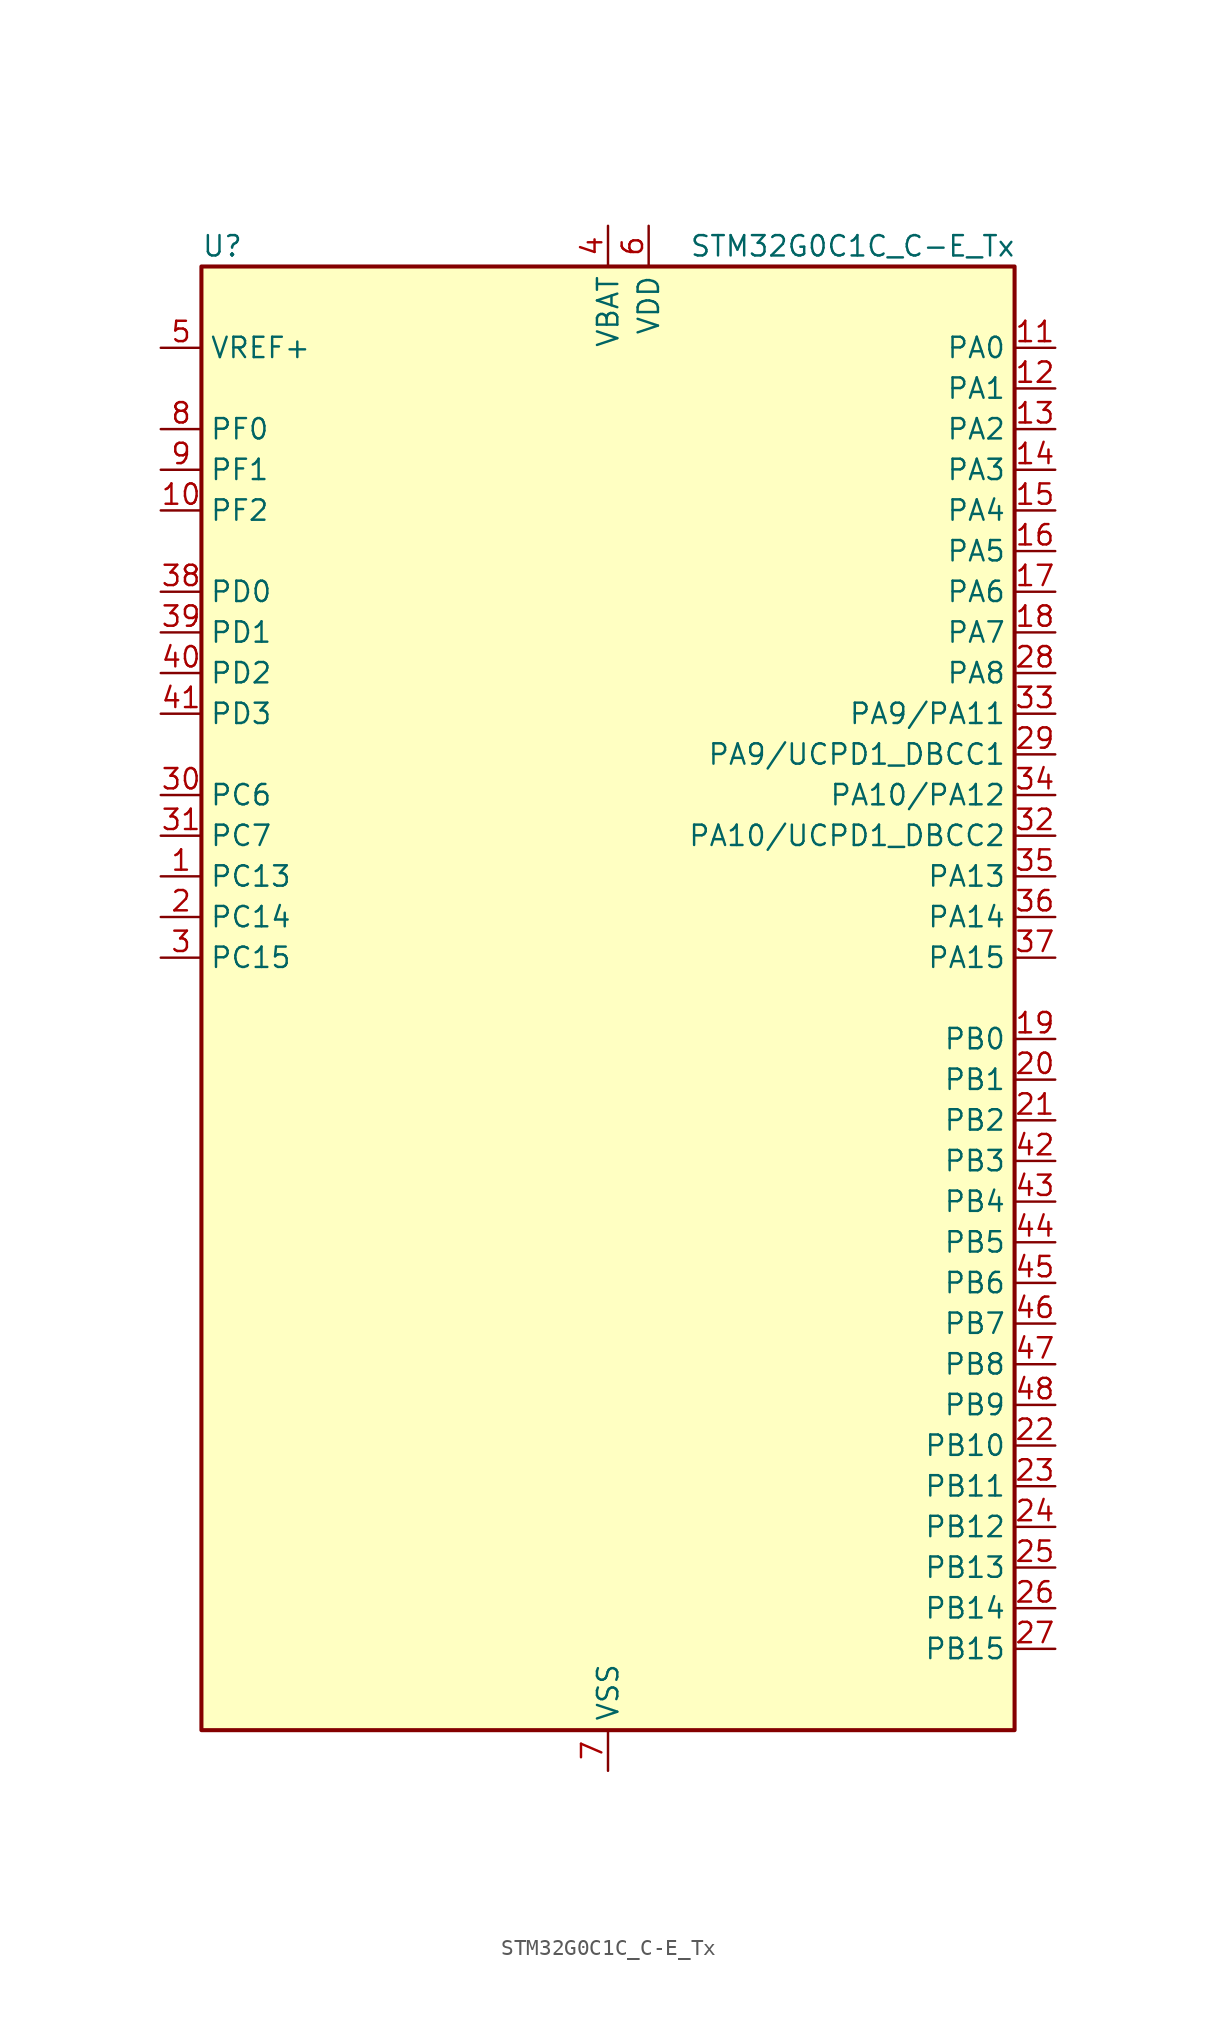
<source format=kicad_sym>
(kicad_symbol_lib
  (version 20241209)
  (generator "kicad_symbol_editor")
  (generator_version "9.0")
  (symbol "STM32G0C1C_C-E_Tx"
    (property "Reference" "U"
      (at -25.4 46.99 0)
      (effects (font (size 1.27 1.27)) (justify left)))
    (property "Value" "STM32G0C1C_C-E_Tx"
      (at 5.08 46.99 0)
      (effects (font (size 1.27 1.27)) (justify left)))
    (symbol "STM32G0C1C_C-E_Tx_0_1"
      (rectangle (start -25.4 -45.72) (end 25.4 45.72) (stroke (width 0.254) (type default)) (fill (type background))))
    (symbol "STM32G0C1C_C-E_Tx_1_1"
      (pin input line (at -27.94 40.64 0) (length 2.54) (name "VREF+" (effects (font (size 1.27 1.27)))) (number "5" (effects (font (size 1.27 1.27)))) (alternate "VREFBUF_OUT" bidirectional line))
      (pin bidirectional line (at -27.94 35.56 0) (length 2.54) (name "PF0" (effects (font (size 1.27 1.27)))) (number "8" (effects (font (size 1.27 1.27)))) (alternate "CRS1_SYNC" bidirectional line) (alternate "RCC_OSC_IN" bidirectional line) (alternate "TIM14_CH1" bidirectional line))
      (pin bidirectional line (at -27.94 33.02 0) (length 2.54) (name "PF1" (effects (font (size 1.27 1.27)))) (number "9" (effects (font (size 1.27 1.27)))) (alternate "RCC_OSC_EN" bidirectional line) (alternate "RCC_OSC_OUT" bidirectional line) (alternate "TIM15_CH1N" bidirectional line))
      (pin bidirectional line (at -27.94 30.48 0) (length 2.54) (name "PF2" (effects (font (size 1.27 1.27)))) (number "10" (effects (font (size 1.27 1.27)))) (alternate "LPUART2_DE" bidirectional line) (alternate "LPUART2_RTS" bidirectional line) (alternate "LPUART2_TX" bidirectional line) (alternate "RCC_MCO" bidirectional line))
      (pin bidirectional line (at -27.94 25.4 0) (length 2.54) (name "PD0" (effects (font (size 1.27 1.27)))) (number "38" (effects (font (size 1.27 1.27)))) (alternate "FDCAN1_RX" bidirectional line) (alternate "I2S2_WS" bidirectional line) (alternate "SPI2_NSS" bidirectional line) (alternate "TIM16_CH1" bidirectional line) (alternate "UCPD2_CC1" bidirectional line))
      (pin bidirectional line (at -27.94 22.86 0) (length 2.54) (name "PD1" (effects (font (size 1.27 1.27)))) (number "39" (effects (font (size 1.27 1.27)))) (alternate "FDCAN1_TX" bidirectional line) (alternate "I2S2_CK" bidirectional line) (alternate "SPI2_SCK" bidirectional line) (alternate "TIM17_CH1" bidirectional line) (alternate "UCPD2_DBCC1" bidirectional line))
      (pin bidirectional line (at -27.94 20.32 0) (length 2.54) (name "PD2" (effects (font (size 1.27 1.27)))) (number "40" (effects (font (size 1.27 1.27)))) (alternate "TIM1_CH1N" bidirectional line) (alternate "TIM3_ETR" bidirectional line) (alternate "UCPD2_CC2" bidirectional line) (alternate "USART3_CK" bidirectional line) (alternate "USART3_DE" bidirectional line) (alternate "USART3_RTS" bidirectional line) (alternate "USART5_RX" bidirectional line))
      (pin bidirectional line (at -27.94 17.78 0) (length 2.54) (name "PD3" (effects (font (size 1.27 1.27)))) (number "41" (effects (font (size 1.27 1.27)))) (alternate "I2S2_MCK" bidirectional line) (alternate "SPI2_MISO" bidirectional line) (alternate "TIM1_CH2N" bidirectional line) (alternate "UCPD2_DBCC2" bidirectional line) (alternate "USART2_CTS" bidirectional line) (alternate "USART2_NSS" bidirectional line) (alternate "USART5_TX" bidirectional line))
      (pin bidirectional line (at -27.94 12.7 0) (length 2.54) (name "PC6" (effects (font (size 1.27 1.27)))) (number "30" (effects (font (size 1.27 1.27)))) (alternate "LPUART2_TX" bidirectional line) (alternate "TIM2_CH3" bidirectional line) (alternate "TIM3_CH1" bidirectional line) (alternate "UCPD1_FRSTX1" bidirectional line) (alternate "UCPD1_FRSTX2" bidirectional line))
      (pin bidirectional line (at -27.94 10.16 0) (length 2.54) (name "PC7" (effects (font (size 1.27 1.27)))) (number "31" (effects (font (size 1.27 1.27)))) (alternate "LPUART2_RX" bidirectional line) (alternate "TIM2_CH4" bidirectional line) (alternate "TIM3_CH2" bidirectional line) (alternate "UCPD2_FRSTX1" bidirectional line) (alternate "UCPD2_FRSTX2" bidirectional line))
      (pin bidirectional line (at -27.94 7.62 0) (length 2.54) (name "PC13" (effects (font (size 1.27 1.27)))) (number "1" (effects (font (size 1.27 1.27)))) (alternate "RTC_OUT1" bidirectional line) (alternate "RTC_TAMP_IN1" bidirectional line) (alternate "RTC_TS" bidirectional line) (alternate "SYS_WKUP2" bidirectional line) (alternate "TIM1_BK" bidirectional line))
      (pin bidirectional line (at -27.94 5.08 0) (length 2.54) (name "PC14" (effects (font (size 1.27 1.27)))) (number "2" (effects (font (size 1.27 1.27)))) (alternate "RCC_OSC32_IN" bidirectional line) (alternate "TIM1_BK2" bidirectional line))
      (pin bidirectional line (at -27.94 2.54 0) (length 2.54) (name "PC15" (effects (font (size 1.27 1.27)))) (number "3" (effects (font (size 1.27 1.27)))) (alternate "RCC_OSC32_EN" bidirectional line) (alternate "RCC_OSC32_OUT" bidirectional line) (alternate "RCC_OSC_EN" bidirectional line) (alternate "TIM15_BK" bidirectional line))
      (pin power_in line (at 0 48.26 270) (length 2.54) (name "VBAT" (effects (font (size 1.27 1.27)))) (number "4" (effects (font (size 1.27 1.27)))))
      (pin power_in line (at 0 -48.26 90) (length 2.54) (name "VSS" (effects (font (size 1.27 1.27)))) (number "7" (effects (font (size 1.27 1.27)))))
      (pin power_in line (at 2.54 48.26 270) (length 2.54) (name "VDD" (effects (font (size 1.27 1.27)))) (number "6" (effects (font (size 1.27 1.27)))))
      (pin bidirectional line (at 27.94 40.64 180) (length 2.54) (name "PA0" (effects (font (size 1.27 1.27)))) (number "11" (effects (font (size 1.27 1.27)))) (alternate "ADC1_IN0" bidirectional line) (alternate "COMP1_INM" bidirectional line) (alternate "COMP1_OUT" bidirectional line) (alternate "I2S2_CK" bidirectional line) (alternate "LPTIM1_OUT" bidirectional line) (alternate "RTC_TAMP_IN2" bidirectional line) (alternate "SPI2_SCK" bidirectional line) (alternate "SYS_WKUP1" bidirectional line) (alternate "TIM2_CH1" bidirectional line) (alternate "TIM2_ETR" bidirectional line) (alternate "UCPD2_FRSTX1" bidirectional line) (alternate "UCPD2_FRSTX2" bidirectional line) (alternate "USART2_CTS" bidirectional line) (alternate "USART2_NSS" bidirectional line) (alternate "USART4_TX" bidirectional line))
      (pin bidirectional line (at 27.94 38.1 180) (length 2.54) (name "PA1" (effects (font (size 1.27 1.27)))) (number "12" (effects (font (size 1.27 1.27)))) (alternate "ADC1_IN1" bidirectional line) (alternate "COMP1_INP" bidirectional line) (alternate "I2C1_SMBA" bidirectional line) (alternate "I2S1_CK" bidirectional line) (alternate "SPI1_SCK" bidirectional line) (alternate "TIM15_CH1N" bidirectional line) (alternate "TIM2_CH2" bidirectional line) (alternate "USART2_CK" bidirectional line) (alternate "USART2_DE" bidirectional line) (alternate "USART2_RTS" bidirectional line) (alternate "USART4_RX" bidirectional line))
      (pin bidirectional line (at 27.94 35.56 180) (length 2.54) (name "PA2" (effects (font (size 1.27 1.27)))) (number "13" (effects (font (size 1.27 1.27)))) (alternate "ADC1_IN2" bidirectional line) (alternate "COMP2_INM" bidirectional line) (alternate "COMP2_OUT" bidirectional line) (alternate "I2S1_SD" bidirectional line) (alternate "LPUART1_TX" bidirectional line) (alternate "RCC_LSCO" bidirectional line) (alternate "SPI1_MOSI" bidirectional line) (alternate "SYS_WKUP4" bidirectional line) (alternate "TIM15_CH1" bidirectional line) (alternate "TIM2_CH3" bidirectional line) (alternate "UCPD1_FRSTX1" bidirectional line) (alternate "UCPD1_FRSTX2" bidirectional line) (alternate "USART2_TX" bidirectional line))
      (pin bidirectional line (at 27.94 33.02 180) (length 2.54) (name "PA3" (effects (font (size 1.27 1.27)))) (number "14" (effects (font (size 1.27 1.27)))) (alternate "ADC1_IN3" bidirectional line) (alternate "COMP2_INP" bidirectional line) (alternate "I2S2_MCK" bidirectional line) (alternate "LPUART1_RX" bidirectional line) (alternate "SPI2_MISO" bidirectional line) (alternate "TIM15_CH2" bidirectional line) (alternate "TIM2_CH4" bidirectional line) (alternate "UCPD2_FRSTX1" bidirectional line) (alternate "UCPD2_FRSTX2" bidirectional line) (alternate "USART2_RX" bidirectional line))
      (pin bidirectional line (at 27.94 30.48 180) (length 2.54) (name "PA4" (effects (font (size 1.27 1.27)))) (number "15" (effects (font (size 1.27 1.27)))) (alternate "ADC1_IN4" bidirectional line) (alternate "DAC1_OUT1" bidirectional line) (alternate "I2S1_WS" bidirectional line) (alternate "I2S2_SD" bidirectional line) (alternate "LPTIM2_OUT" bidirectional line) (alternate "RTC_OUT2" bidirectional line) (alternate "SPI1_NSS" bidirectional line) (alternate "SPI2_MOSI" bidirectional line) (alternate "SPI3_NSS" bidirectional line) (alternate "TIM14_CH1" bidirectional line) (alternate "UCPD2_FRSTX1" bidirectional line) (alternate "UCPD2_FRSTX2" bidirectional line) (alternate "USART6_TX" bidirectional line) (alternate "USB_NOE" bidirectional line))
      (pin bidirectional line (at 27.94 27.94 180) (length 2.54) (name "PA5" (effects (font (size 1.27 1.27)))) (number "16" (effects (font (size 1.27 1.27)))) (alternate "ADC1_IN5" bidirectional line) (alternate "CEC" bidirectional line) (alternate "DAC1_OUT2" bidirectional line) (alternate "I2S1_CK" bidirectional line) (alternate "LPTIM2_ETR" bidirectional line) (alternate "SPI1_SCK" bidirectional line) (alternate "TIM2_CH1" bidirectional line) (alternate "TIM2_ETR" bidirectional line) (alternate "UCPD1_FRSTX1" bidirectional line) (alternate "UCPD1_FRSTX2" bidirectional line) (alternate "USART3_TX" bidirectional line) (alternate "USART6_RX" bidirectional line))
      (pin bidirectional line (at 27.94 25.4 180) (length 2.54) (name "PA6" (effects (font (size 1.27 1.27)))) (number "17" (effects (font (size 1.27 1.27)))) (alternate "ADC1_IN6" bidirectional line) (alternate "COMP1_OUT" bidirectional line) (alternate "I2C2_SDA" bidirectional line) (alternate "I2C3_SDA" bidirectional line) (alternate "I2S1_MCK" bidirectional line) (alternate "LPUART1_CTS" bidirectional line) (alternate "SPI1_MISO" bidirectional line) (alternate "TIM16_CH1" bidirectional line) (alternate "TIM1_BK" bidirectional line) (alternate "TIM3_CH1" bidirectional line) (alternate "USART3_CTS" bidirectional line) (alternate "USART3_NSS" bidirectional line) (alternate "USART6_CTS" bidirectional line) (alternate "USART6_NSS" bidirectional line))
      (pin bidirectional line (at 27.94 22.86 180) (length 2.54) (name "PA7" (effects (font (size 1.27 1.27)))) (number "18" (effects (font (size 1.27 1.27)))) (alternate "ADC1_IN7" bidirectional line) (alternate "COMP2_OUT" bidirectional line) (alternate "I2C2_SCL" bidirectional line) (alternate "I2C3_SCL" bidirectional line) (alternate "I2S1_SD" bidirectional line) (alternate "SPI1_MOSI" bidirectional line) (alternate "TIM14_CH1" bidirectional line) (alternate "TIM17_CH1" bidirectional line) (alternate "TIM1_CH1N" bidirectional line) (alternate "TIM3_CH2" bidirectional line) (alternate "UCPD1_FRSTX1" bidirectional line) (alternate "UCPD1_FRSTX2" bidirectional line) (alternate "USART6_CK" bidirectional line) (alternate "USART6_DE" bidirectional line) (alternate "USART6_RTS" bidirectional line))
      (pin bidirectional line (at 27.94 20.32 180) (length 2.54) (name "PA8" (effects (font (size 1.27 1.27)))) (number "28" (effects (font (size 1.27 1.27)))) (alternate "CRS1_SYNC" bidirectional line) (alternate "I2C2_SMBA" bidirectional line) (alternate "I2S2_WS" bidirectional line) (alternate "LPTIM2_OUT" bidirectional line) (alternate "RCC_MCO" bidirectional line) (alternate "SPI2_NSS" bidirectional line) (alternate "TIM1_CH1" bidirectional line) (alternate "UCPD1_CC1" bidirectional line))
      (pin bidirectional line (at 27.94 17.78 180) (length 2.54) (name "PA9/PA11" (effects (font (size 1.27 1.27)))) (number "33" (effects (font (size 1.27 1.27)))) (alternate "ADC1_EXTI11 (PA11)" bidirectional line) (alternate "COMP1_OUT (PA11)" bidirectional line) (alternate "DAC1_EXTI9 (PA9)" bidirectional line) (alternate "FDCAN1_RX (PA11)" bidirectional line) (alternate "I2C1_SCL (PA9)" bidirectional line) (alternate "I2C2_SCL (PA11)" bidirectional line) (alternate "I2C2_SCL (PA9)" bidirectional line) (alternate "I2S1_MCK (PA11)" bidirectional line) (alternate "I2S2_MCK (PA9)" bidirectional line) (alternate "PA11" bidirectional line) (alternate "PA9" bidirectional line) (alternate "RCC_MCO (PA9)" bidirectional line) (alternate "SPI1_MISO (PA11)" bidirectional line) (alternate "SPI2_MISO (PA9)" bidirectional line) (alternate "TIM15_BK (PA9)" bidirectional line) (alternate "TIM1_BK2 (PA11)" bidirectional line) (alternate "TIM1_CH2 (PA9)" bidirectional line) (alternate "TIM1_CH4 (PA11)" bidirectional line) (alternate "UCPD1_DBCC1 (PA9)" bidirectional line) (alternate "USART1_CTS (PA11)" bidirectional line) (alternate "USART1_NSS (PA11)" bidirectional line) (alternate "USART1_TX (PA9)" bidirectional line) (alternate "USB_DM (PA11)" bidirectional line))
      (pin bidirectional line (at 27.94 15.24 180) (length 2.54) (name "PA9/UCPD1_DBCC1" (effects (font (size 1.27 1.27)))) (number "29" (effects (font (size 1.27 1.27)))) (alternate "DAC1_EXTI9 (PA9)" bidirectional line) (alternate "I2C1_SCL (PA9)" bidirectional line) (alternate "I2C2_SCL (PA9)" bidirectional line) (alternate "I2S2_MCK (PA9)" bidirectional line) (alternate "PA9" bidirectional line) (alternate "RCC_MCO (PA9)" bidirectional line) (alternate "SPI2_MISO (PA9)" bidirectional line) (alternate "TIM15_BK (PA9)" bidirectional line) (alternate "TIM1_CH2 (PA9)" bidirectional line) (alternate "UCPD1_DBCC1" bidirectional line) (alternate "UCPD1_DBCC1 (PA9)" bidirectional line) (alternate "UCPD1_DBCC1 (UCPD1_DBCC1)" bidirectional line) (alternate "USART1_TX (PA9)" bidirectional line))
      (pin bidirectional line (at 27.94 12.7 180) (length 2.54) (name "PA10/PA12" (effects (font (size 1.27 1.27)))) (number "34" (effects (font (size 1.27 1.27)))) (alternate "COMP2_OUT (PA12)" bidirectional line) (alternate "FDCAN1_TX (PA12)" bidirectional line) (alternate "I2C1_SDA (PA10)" bidirectional line) (alternate "I2C2_SDA (PA10)" bidirectional line) (alternate "I2C2_SDA (PA12)" bidirectional line) (alternate "I2S1_SD (PA12)" bidirectional line) (alternate "I2S2_SD (PA10)" bidirectional line) (alternate "I2S_CKIN (PA12)" bidirectional line) (alternate "PA10" bidirectional line) (alternate "PA12" bidirectional line) (alternate "RCC_MCO_2 (PA10)" bidirectional line) (alternate "SPI1_MOSI (PA12)" bidirectional line) (alternate "SPI2_MOSI (PA10)" bidirectional line) (alternate "TIM17_BK (PA10)" bidirectional line) (alternate "TIM1_CH3 (PA10)" bidirectional line) (alternate "TIM1_ETR (PA12)" bidirectional line) (alternate "UCPD1_DBCC2 (PA10)" bidirectional line) (alternate "USART1_CK (PA12)" bidirectional line) (alternate "USART1_DE (PA12)" bidirectional line) (alternate "USART1_RTS (PA12)" bidirectional line) (alternate "USART1_RX (PA10)" bidirectional line) (alternate "USB_DP (PA12)" bidirectional line))
      (pin bidirectional line (at 27.94 10.16 180) (length 2.54) (name "PA10/UCPD1_DBCC2" (effects (font (size 1.27 1.27)))) (number "32" (effects (font (size 1.27 1.27)))) (alternate "I2C1_SDA (PA10)" bidirectional line) (alternate "I2C2_SDA (PA10)" bidirectional line) (alternate "I2S2_SD (PA10)" bidirectional line) (alternate "PA10" bidirectional line) (alternate "RCC_MCO_2 (PA10)" bidirectional line) (alternate "SPI2_MOSI (PA10)" bidirectional line) (alternate "TIM17_BK (PA10)" bidirectional line) (alternate "TIM1_CH3 (PA10)" bidirectional line) (alternate "UCPD1_DBCC2" bidirectional line) (alternate "UCPD1_DBCC2 (PA10)" bidirectional line) (alternate "UCPD1_DBCC2 (UCPD1_DBCC2)" bidirectional line) (alternate "USART1_RX (PA10)" bidirectional line))
      (pin bidirectional line (at 27.94 7.62 180) (length 2.54) (name "PA13" (effects (font (size 1.27 1.27)))) (number "35" (effects (font (size 1.27 1.27)))) (alternate "IR_OUT" bidirectional line) (alternate "LPUART2_RX" bidirectional line) (alternate "SYS_SWDIO" bidirectional line) (alternate "USB_NOE" bidirectional line))
      (pin bidirectional line (at 27.94 5.08 180) (length 2.54) (name "PA14" (effects (font (size 1.27 1.27)))) (number "36" (effects (font (size 1.27 1.27)))) (alternate "LPUART2_TX" bidirectional line) (alternate "SYS_SWCLK" bidirectional line) (alternate "USART2_TX" bidirectional line))
      (pin bidirectional line (at 27.94 2.54 180) (length 2.54) (name "PA15" (effects (font (size 1.27 1.27)))) (number "37" (effects (font (size 1.27 1.27)))) (alternate "I2C2_SMBA" bidirectional line) (alternate "I2S1_WS" bidirectional line) (alternate "RCC_MCO_2" bidirectional line) (alternate "SPI1_NSS" bidirectional line) (alternate "SPI3_NSS" bidirectional line) (alternate "TIM2_CH1" bidirectional line) (alternate "TIM2_ETR" bidirectional line) (alternate "USART2_RX" bidirectional line) (alternate "USART3_CK" bidirectional line) (alternate "USART3_DE" bidirectional line) (alternate "USART3_RTS" bidirectional line) (alternate "USART4_CK" bidirectional line) (alternate "USART4_DE" bidirectional line) (alternate "USART4_RTS" bidirectional line) (alternate "USB_NOE" bidirectional line))
      (pin bidirectional line (at 27.94 -2.54 180) (length 2.54) (name "PB0" (effects (font (size 1.27 1.27)))) (number "19" (effects (font (size 1.27 1.27)))) (alternate "ADC1_IN8" bidirectional line) (alternate "COMP1_OUT" bidirectional line) (alternate "COMP3_INP" bidirectional line) (alternate "FDCAN2_RX" bidirectional line) (alternate "I2S1_WS" bidirectional line) (alternate "LPTIM1_OUT" bidirectional line) (alternate "LPUART2_CTS" bidirectional line) (alternate "SPI1_NSS" bidirectional line) (alternate "TIM1_CH2N" bidirectional line) (alternate "TIM3_CH3" bidirectional line) (alternate "UCPD1_FRSTX1" bidirectional line) (alternate "UCPD1_FRSTX2" bidirectional line) (alternate "USART3_RX" bidirectional line) (alternate "USART5_TX" bidirectional line))
      (pin bidirectional line (at 27.94 -5.08 180) (length 2.54) (name "PB1" (effects (font (size 1.27 1.27)))) (number "20" (effects (font (size 1.27 1.27)))) (alternate "ADC1_IN9" bidirectional line) (alternate "COMP1_INM" bidirectional line) (alternate "COMP3_OUT" bidirectional line) (alternate "FDCAN2_TX" bidirectional line) (alternate "LPTIM2_IN1" bidirectional line) (alternate "LPUART1_DE" bidirectional line) (alternate "LPUART1_RTS" bidirectional line) (alternate "LPUART2_DE" bidirectional line) (alternate "LPUART2_RTS" bidirectional line) (alternate "TIM14_CH1" bidirectional line) (alternate "TIM1_CH3N" bidirectional line) (alternate "TIM3_CH4" bidirectional line) (alternate "USART3_CK" bidirectional line) (alternate "USART3_DE" bidirectional line) (alternate "USART3_RTS" bidirectional line) (alternate "USART5_RX" bidirectional line))
      (pin bidirectional line (at 27.94 -7.62 180) (length 2.54) (name "PB2" (effects (font (size 1.27 1.27)))) (number "21" (effects (font (size 1.27 1.27)))) (alternate "ADC1_IN10" bidirectional line) (alternate "COMP1_INP" bidirectional line) (alternate "COMP3_INM" bidirectional line) (alternate "I2S2_MCK" bidirectional line) (alternate "LPTIM1_OUT" bidirectional line) (alternate "RCC_MCO_2" bidirectional line) (alternate "SPI2_MISO" bidirectional line) (alternate "USART3_TX" bidirectional line))
      (pin bidirectional line (at 27.94 -10.16 180) (length 2.54) (name "PB3" (effects (font (size 1.27 1.27)))) (number "42" (effects (font (size 1.27 1.27)))) (alternate "COMP2_INM" bidirectional line) (alternate "I2C2_SCL" bidirectional line) (alternate "I2C3_SCL" bidirectional line) (alternate "I2S1_CK" bidirectional line) (alternate "SPI1_SCK" bidirectional line) (alternate "SPI3_SCK" bidirectional line) (alternate "TIM1_CH2" bidirectional line) (alternate "TIM2_CH2" bidirectional line) (alternate "USART1_CK" bidirectional line) (alternate "USART1_DE" bidirectional line) (alternate "USART1_RTS" bidirectional line) (alternate "USART5_TX" bidirectional line))
      (pin bidirectional line (at 27.94 -12.7 180) (length 2.54) (name "PB4" (effects (font (size 1.27 1.27)))) (number "43" (effects (font (size 1.27 1.27)))) (alternate "COMP2_INP" bidirectional line) (alternate "I2C2_SDA" bidirectional line) (alternate "I2C3_SDA" bidirectional line) (alternate "I2S1_MCK" bidirectional line) (alternate "SPI1_MISO" bidirectional line) (alternate "SPI3_MISO" bidirectional line) (alternate "TIM17_BK" bidirectional line) (alternate "TIM3_CH1" bidirectional line) (alternate "USART1_CTS" bidirectional line) (alternate "USART1_NSS" bidirectional line) (alternate "USART5_RX" bidirectional line))
      (pin bidirectional line (at 27.94 -15.24 180) (length 2.54) (name "PB5" (effects (font (size 1.27 1.27)))) (number "44" (effects (font (size 1.27 1.27)))) (alternate "COMP2_OUT" bidirectional line) (alternate "FDCAN2_RX" bidirectional line) (alternate "I2C1_SMBA" bidirectional line) (alternate "I2S1_SD" bidirectional line) (alternate "LPTIM1_IN1" bidirectional line) (alternate "SPI1_MOSI" bidirectional line) (alternate "SPI3_MOSI" bidirectional line) (alternate "SYS_WKUP6" bidirectional line) (alternate "TIM16_BK" bidirectional line) (alternate "TIM3_CH2" bidirectional line) (alternate "USART5_CK" bidirectional line) (alternate "USART5_DE" bidirectional line) (alternate "USART5_RTS" bidirectional line))
      (pin bidirectional line (at 27.94 -17.78 180) (length 2.54) (name "PB6" (effects (font (size 1.27 1.27)))) (number "45" (effects (font (size 1.27 1.27)))) (alternate "COMP2_INP" bidirectional line) (alternate "FDCAN2_TX" bidirectional line) (alternate "I2C1_SCL" bidirectional line) (alternate "I2S2_MCK" bidirectional line) (alternate "LPTIM1_ETR" bidirectional line) (alternate "LPUART2_TX" bidirectional line) (alternate "SPI2_MISO" bidirectional line) (alternate "TIM16_CH1N" bidirectional line) (alternate "TIM1_CH3" bidirectional line) (alternate "TIM4_CH1" bidirectional line) (alternate "USART1_TX" bidirectional line) (alternate "USART5_CTS" bidirectional line) (alternate "USART5_NSS" bidirectional line))
      (pin bidirectional line (at 27.94 -20.32 180) (length 2.54) (name "PB7" (effects (font (size 1.27 1.27)))) (number "46" (effects (font (size 1.27 1.27)))) (alternate "COMP2_INM" bidirectional line) (alternate "I2C1_SDA" bidirectional line) (alternate "I2S2_SD" bidirectional line) (alternate "LPTIM1_IN2" bidirectional line) (alternate "LPUART2_RX" bidirectional line) (alternate "SPI2_MOSI" bidirectional line) (alternate "SYS_PVD_IN" bidirectional line) (alternate "TIM17_CH1N" bidirectional line) (alternate "TIM4_CH2" bidirectional line) (alternate "USART1_RX" bidirectional line) (alternate "USART4_CTS" bidirectional line) (alternate "USART4_NSS" bidirectional line))
      (pin bidirectional line (at 27.94 -22.86 180) (length 2.54) (name "PB8" (effects (font (size 1.27 1.27)))) (number "47" (effects (font (size 1.27 1.27)))) (alternate "CEC" bidirectional line) (alternate "FDCAN1_RX" bidirectional line) (alternate "I2C1_SCL" bidirectional line) (alternate "I2S2_CK" bidirectional line) (alternate "SPI2_SCK" bidirectional line) (alternate "TIM15_BK" bidirectional line) (alternate "TIM16_CH1" bidirectional line) (alternate "TIM4_CH3" bidirectional line) (alternate "USART3_TX" bidirectional line) (alternate "USART6_TX" bidirectional line))
      (pin bidirectional line (at 27.94 -25.4 180) (length 2.54) (name "PB9" (effects (font (size 1.27 1.27)))) (number "48" (effects (font (size 1.27 1.27)))) (alternate "DAC1_EXTI9" bidirectional line) (alternate "FDCAN1_TX" bidirectional line) (alternate "I2C1_SDA" bidirectional line) (alternate "I2S2_WS" bidirectional line) (alternate "IR_OUT" bidirectional line) (alternate "SPI2_NSS" bidirectional line) (alternate "TIM17_CH1" bidirectional line) (alternate "TIM4_CH4" bidirectional line) (alternate "UCPD2_FRSTX1" bidirectional line) (alternate "UCPD2_FRSTX2" bidirectional line) (alternate "USART3_RX" bidirectional line) (alternate "USART6_RX" bidirectional line))
      (pin bidirectional line (at 27.94 -27.94 180) (length 2.54) (name "PB10" (effects (font (size 1.27 1.27)))) (number "22" (effects (font (size 1.27 1.27)))) (alternate "ADC1_IN11" bidirectional line) (alternate "CEC" bidirectional line) (alternate "COMP1_OUT" bidirectional line) (alternate "I2C2_SCL" bidirectional line) (alternate "I2S2_CK" bidirectional line) (alternate "LPUART1_RX" bidirectional line) (alternate "SPI2_SCK" bidirectional line) (alternate "TIM2_CH3" bidirectional line) (alternate "USART3_TX" bidirectional line))
      (pin bidirectional line (at 27.94 -30.48 180) (length 2.54) (name "PB11" (effects (font (size 1.27 1.27)))) (number "23" (effects (font (size 1.27 1.27)))) (alternate "ADC1_EXTI11" bidirectional line) (alternate "ADC1_IN15" bidirectional line) (alternate "COMP2_OUT" bidirectional line) (alternate "I2C2_SDA" bidirectional line) (alternate "I2S2_SD" bidirectional line) (alternate "LPUART1_TX" bidirectional line) (alternate "SPI2_MOSI" bidirectional line) (alternate "TIM2_CH4" bidirectional line) (alternate "USART3_RX" bidirectional line))
      (pin bidirectional line (at 27.94 -33.02 180) (length 2.54) (name "PB12" (effects (font (size 1.27 1.27)))) (number "24" (effects (font (size 1.27 1.27)))) (alternate "ADC1_IN16" bidirectional line) (alternate "FDCAN2_RX" bidirectional line) (alternate "I2C2_SMBA" bidirectional line) (alternate "I2S2_WS" bidirectional line) (alternate "LPUART1_DE" bidirectional line) (alternate "LPUART1_RTS" bidirectional line) (alternate "SPI2_NSS" bidirectional line) (alternate "TIM15_BK" bidirectional line) (alternate "TIM1_BK" bidirectional line) (alternate "UCPD2_FRSTX1" bidirectional line) (alternate "UCPD2_FRSTX2" bidirectional line))
      (pin bidirectional line (at 27.94 -35.56 180) (length 2.54) (name "PB13" (effects (font (size 1.27 1.27)))) (number "25" (effects (font (size 1.27 1.27)))) (alternate "FDCAN2_TX" bidirectional line) (alternate "I2C2_SCL" bidirectional line) (alternate "I2S2_CK" bidirectional line) (alternate "LPUART1_CTS" bidirectional line) (alternate "SPI2_SCK" bidirectional line) (alternate "TIM15_CH1N" bidirectional line) (alternate "TIM1_CH1N" bidirectional line) (alternate "USART3_CTS" bidirectional line) (alternate "USART3_NSS" bidirectional line))
      (pin bidirectional line (at 27.94 -38.1 180) (length 2.54) (name "PB14" (effects (font (size 1.27 1.27)))) (number "26" (effects (font (size 1.27 1.27)))) (alternate "I2C2_SDA" bidirectional line) (alternate "I2S2_MCK" bidirectional line) (alternate "SPI2_MISO" bidirectional line) (alternate "TIM15_CH1" bidirectional line) (alternate "TIM1_CH2N" bidirectional line) (alternate "UCPD1_FRSTX1" bidirectional line) (alternate "UCPD1_FRSTX2" bidirectional line) (alternate "USART3_CK" bidirectional line) (alternate "USART3_DE" bidirectional line) (alternate "USART3_RTS" bidirectional line) (alternate "USART6_CK" bidirectional line) (alternate "USART6_DE" bidirectional line) (alternate "USART6_RTS" bidirectional line))
      (pin bidirectional line (at 27.94 -40.64 180) (length 2.54) (name "PB15" (effects (font (size 1.27 1.27)))) (number "27" (effects (font (size 1.27 1.27)))) (alternate "I2S2_SD" bidirectional line) (alternate "RTC_REFIN" bidirectional line) (alternate "SPI2_MOSI" bidirectional line) (alternate "TIM15_CH1N" bidirectional line) (alternate "TIM15_CH2" bidirectional line) (alternate "TIM1_CH3N" bidirectional line) (alternate "UCPD1_CC2" bidirectional line) (alternate "USART6_CTS" bidirectional line) (alternate "USART6_NSS" bidirectional line)))))
</source>
